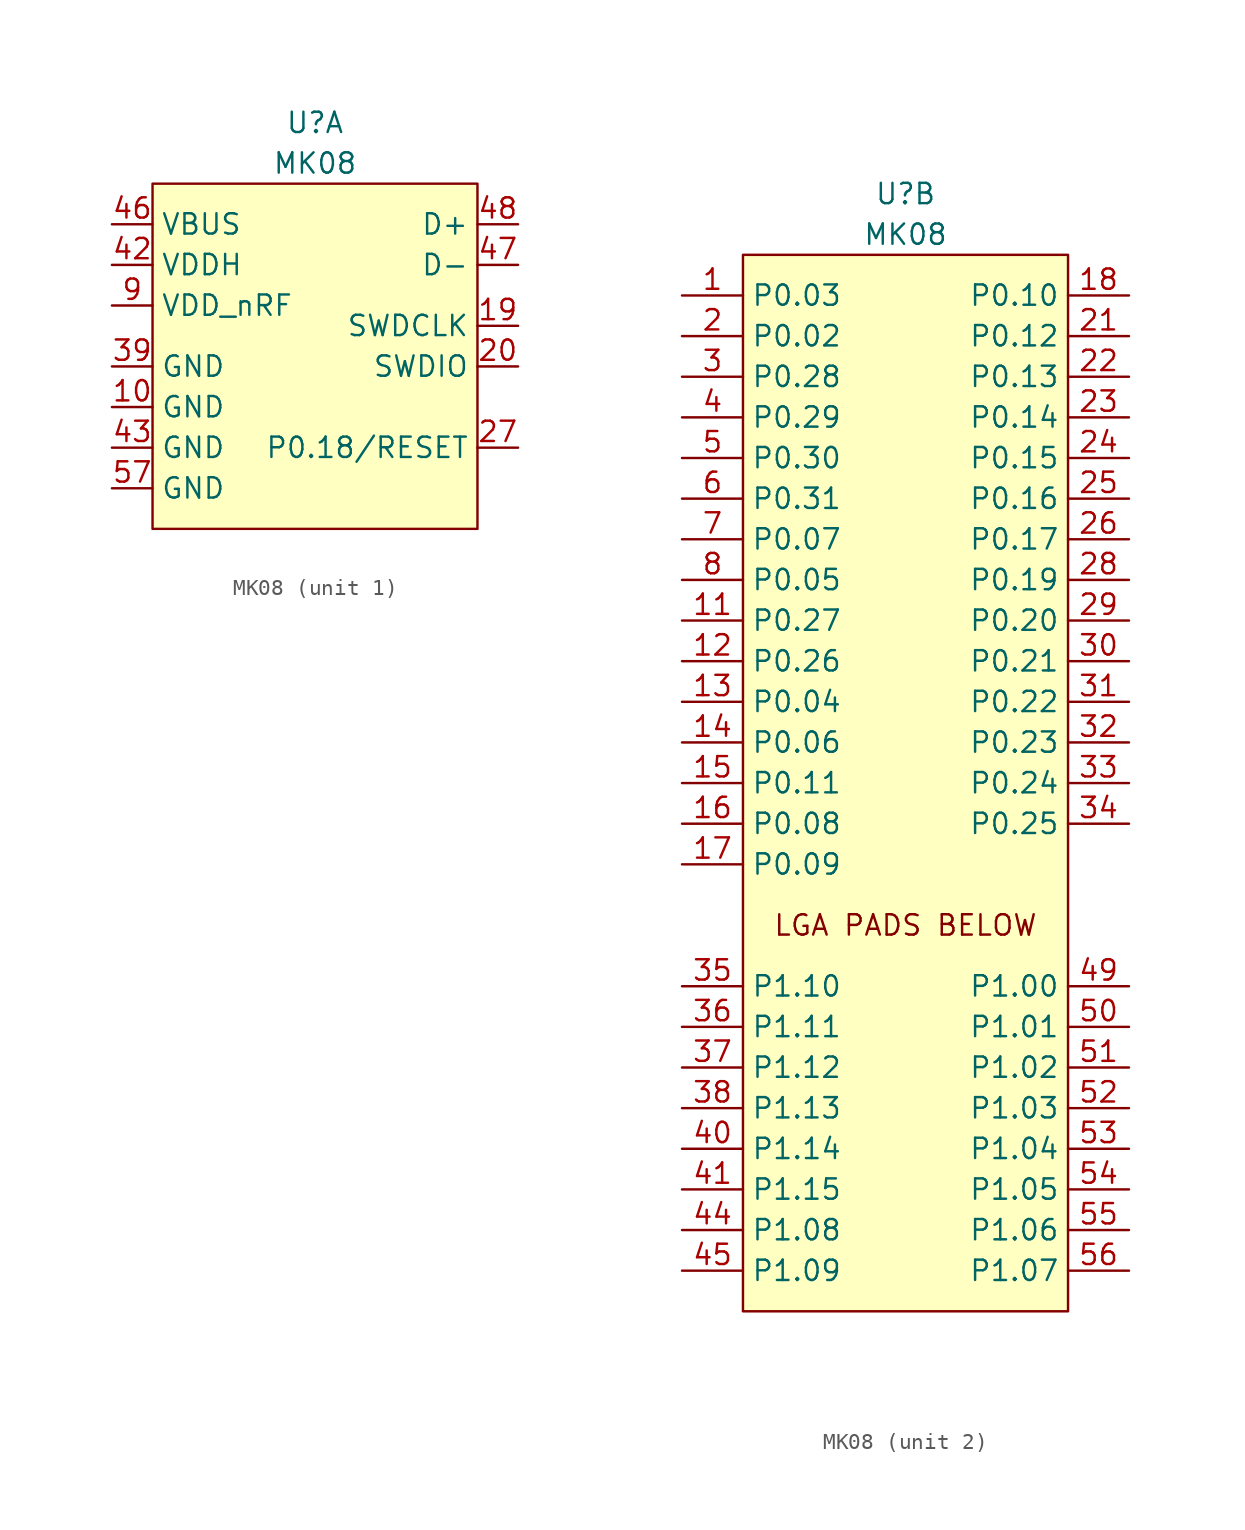
<source format=kicad_sym>
(kicad_symbol_lib
  (version 20211014)
  (generator kicad_symbol_editor)
  (symbol "MK08"
    (property "Reference" "U"
      (at 0 3.81 0)
      (effects (font (size 1.27 1.27))))
    (property "Value" "MK08"
      (at 0 1.27 0)
      (effects (font (size 1.27 1.27))))
    (property "ki_locked" ""
      (at 0 0 0)
      (effects (font (size 1.27 1.27))))
    (symbol "MK08_1_1"
      (rectangle (start -10.16 0) (end 10.16 -21.59) (stroke (width 0.152) (type default) (color 0 0 0 0)) (fill (type background)))
      (pin power_in line (at -12.7 -13.97 0) (length 2.54) (name "GND" (effects (font (size 1.27 1.27)))) (number "10" (effects (font (size 1.27 1.27)))))
      (pin output line (at 12.7 -8.89 180) (length 2.54) (name "SWDCLK" (effects (font (size 1.27 1.27)))) (number "19" (effects (font (size 1.27 1.27)))))
      (pin bidirectional line (at 12.7 -11.43 180) (length 2.54) (name "SWDIO" (effects (font (size 1.27 1.27)))) (number "20" (effects (font (size 1.27 1.27)))))
      (pin input line (at 12.7 -16.51 180) (length 2.54) (name "P0.18/RESET" (effects (font (size 1.27 1.27)))) (number "27" (effects (font (size 1.27 1.27)))))
      (pin power_in line (at -12.7 -11.43 0) (length 2.54) (name "GND" (effects (font (size 1.27 1.27)))) (number "39" (effects (font (size 1.27 1.27)))))
      (pin power_in line (at -12.7 -5.08 0) (length 2.54) (name "VDDH" (effects (font (size 1.27 1.27)))) (number "42" (effects (font (size 1.27 1.27)))))
      (pin power_in line (at -12.7 -16.51 0) (length 2.54) (name "GND" (effects (font (size 1.27 1.27)))) (number "43" (effects (font (size 1.27 1.27)))))
      (pin power_in line (at -12.7 -2.54 0) (length 2.54) (name "VBUS" (effects (font (size 1.27 1.27)))) (number "46" (effects (font (size 1.27 1.27)))))
      (pin bidirectional line (at 12.7 -5.08 180) (length 2.54) (name "D-" (effects (font (size 1.27 1.27)))) (number "47" (effects (font (size 1.27 1.27)))))
      (pin bidirectional line (at 12.7 -2.54 180) (length 2.54) (name "D+" (effects (font (size 1.27 1.27)))) (number "48" (effects (font (size 1.27 1.27)))))
      (pin power_in line (at -12.7 -19.05 0) (length 2.54) (name "GND" (effects (font (size 1.27 1.27)))) (number "57" (effects (font (size 1.27 1.27)))))
      (pin power_out line (at -12.7 -7.62 0) (length 2.54) (name "VDD_nRF" (effects (font (size 1.27 1.27)))) (number "9" (effects (font (size 1.27 1.27))))))
    (symbol "MK08_2_1"
      (rectangle (start -10.16 0) (end 10.16 -66.04) (stroke (width 0.152) (type default) (color 0 0 0 0)) (fill (type background)))
      (text "LGA PADS BELOW" (at 0 -41.91 0) (effects (font (size 1.27 1.27))))
      (pin bidirectional line (at -13.97 -2.54 0) (length 3.81) (name "P0.03" (effects (font (size 1.27 1.27)))) (number "1" (effects (font (size 1.27 1.27)))))
      (pin bidirectional line (at -13.97 -22.86 0) (length 3.81) (name "P0.27" (effects (font (size 1.27 1.27)))) (number "11" (effects (font (size 1.27 1.27)))))
      (pin bidirectional line (at -13.97 -25.4 0) (length 3.81) (name "P0.26" (effects (font (size 1.27 1.27)))) (number "12" (effects (font (size 1.27 1.27)))))
      (pin bidirectional line (at -13.97 -27.94 0) (length 3.81) (name "P0.04" (effects (font (size 1.27 1.27)))) (number "13" (effects (font (size 1.27 1.27)))))
      (pin bidirectional line (at -13.97 -30.48 0) (length 3.81) (name "P0.06" (effects (font (size 1.27 1.27)))) (number "14" (effects (font (size 1.27 1.27)))))
      (pin bidirectional line (at -13.97 -33.02 0) (length 3.81) (name "P0.11" (effects (font (size 1.27 1.27)))) (number "15" (effects (font (size 1.27 1.27)))))
      (pin bidirectional line (at -13.97 -35.56 0) (length 3.81) (name "P0.08" (effects (font (size 1.27 1.27)))) (number "16" (effects (font (size 1.27 1.27)))))
      (pin bidirectional line (at -13.97 -38.1 0) (length 3.81) (name "P0.09" (effects (font (size 1.27 1.27)))) (number "17" (effects (font (size 1.27 1.27)))))
      (pin bidirectional line (at 13.97 -2.54 180) (length 3.81) (name "P0.10" (effects (font (size 1.27 1.27)))) (number "18" (effects (font (size 1.27 1.27)))))
      (pin bidirectional line (at -13.97 -5.08 0) (length 3.81) (name "P0.02" (effects (font (size 1.27 1.27)))) (number "2" (effects (font (size 1.27 1.27)))))
      (pin bidirectional line (at 13.97 -5.08 180) (length 3.81) (name "P0.12" (effects (font (size 1.27 1.27)))) (number "21" (effects (font (size 1.27 1.27)))))
      (pin bidirectional line (at 13.97 -7.62 180) (length 3.81) (name "P0.13" (effects (font (size 1.27 1.27)))) (number "22" (effects (font (size 1.27 1.27)))))
      (pin bidirectional line (at 13.97 -10.16 180) (length 3.81) (name "P0.14" (effects (font (size 1.27 1.27)))) (number "23" (effects (font (size 1.27 1.27)))))
      (pin bidirectional line (at 13.97 -12.7 180) (length 3.81) (name "P0.15" (effects (font (size 1.27 1.27)))) (number "24" (effects (font (size 1.27 1.27)))))
      (pin bidirectional line (at 13.97 -15.24 180) (length 3.81) (name "P0.16" (effects (font (size 1.27 1.27)))) (number "25" (effects (font (size 1.27 1.27)))))
      (pin bidirectional line (at 13.97 -17.78 180) (length 3.81) (name "P0.17" (effects (font (size 1.27 1.27)))) (number "26" (effects (font (size 1.27 1.27)))))
      (pin bidirectional line (at 13.97 -20.32 180) (length 3.81) (name "P0.19" (effects (font (size 1.27 1.27)))) (number "28" (effects (font (size 1.27 1.27)))))
      (pin bidirectional line (at 13.97 -22.86 180) (length 3.81) (name "P0.20" (effects (font (size 1.27 1.27)))) (number "29" (effects (font (size 1.27 1.27)))))
      (pin bidirectional line (at -13.97 -7.62 0) (length 3.81) (name "P0.28" (effects (font (size 1.27 1.27)))) (number "3" (effects (font (size 1.27 1.27)))))
      (pin bidirectional line (at 13.97 -25.4 180) (length 3.81) (name "P0.21" (effects (font (size 1.27 1.27)))) (number "30" (effects (font (size 1.27 1.27)))))
      (pin bidirectional line (at 13.97 -27.94 180) (length 3.81) (name "P0.22" (effects (font (size 1.27 1.27)))) (number "31" (effects (font (size 1.27 1.27)))))
      (pin bidirectional line (at 13.97 -30.48 180) (length 3.81) (name "P0.23" (effects (font (size 1.27 1.27)))) (number "32" (effects (font (size 1.27 1.27)))))
      (pin bidirectional line (at 13.97 -33.02 180) (length 3.81) (name "P0.24" (effects (font (size 1.27 1.27)))) (number "33" (effects (font (size 1.27 1.27)))))
      (pin bidirectional line (at 13.97 -35.56 180) (length 3.81) (name "P0.25" (effects (font (size 1.27 1.27)))) (number "34" (effects (font (size 1.27 1.27)))))
      (pin bidirectional line (at -13.97 -45.72 0) (length 3.81) (name "P1.10" (effects (font (size 1.27 1.27)))) (number "35" (effects (font (size 1.27 1.27)))))
      (pin bidirectional line (at -13.97 -48.26 0) (length 3.81) (name "P1.11" (effects (font (size 1.27 1.27)))) (number "36" (effects (font (size 1.27 1.27)))))
      (pin bidirectional line (at -13.97 -50.8 0) (length 3.81) (name "P1.12" (effects (font (size 1.27 1.27)))) (number "37" (effects (font (size 1.27 1.27)))))
      (pin bidirectional line (at -13.97 -53.34 0) (length 3.81) (name "P1.13" (effects (font (size 1.27 1.27)))) (number "38" (effects (font (size 1.27 1.27)))))
      (pin bidirectional line (at -13.97 -10.16 0) (length 3.81) (name "P0.29" (effects (font (size 1.27 1.27)))) (number "4" (effects (font (size 1.27 1.27)))))
      (pin bidirectional line (at -13.97 -55.88 0) (length 3.81) (name "P1.14" (effects (font (size 1.27 1.27)))) (number "40" (effects (font (size 1.27 1.27)))))
      (pin bidirectional line (at -13.97 -58.42 0) (length 3.81) (name "P1.15" (effects (font (size 1.27 1.27)))) (number "41" (effects (font (size 1.27 1.27)))))
      (pin bidirectional line (at -13.97 -60.96 0) (length 3.81) (name "P1.08" (effects (font (size 1.27 1.27)))) (number "44" (effects (font (size 1.27 1.27)))))
      (pin bidirectional line (at -13.97 -63.5 0) (length 3.81) (name "P1.09" (effects (font (size 1.27 1.27)))) (number "45" (effects (font (size 1.27 1.27)))))
      (pin bidirectional line (at 13.97 -45.72 180) (length 3.81) (name "P1.00" (effects (font (size 1.27 1.27)))) (number "49" (effects (font (size 1.27 1.27)))))
      (pin bidirectional line (at -13.97 -12.7 0) (length 3.81) (name "P0.30" (effects (font (size 1.27 1.27)))) (number "5" (effects (font (size 1.27 1.27)))))
      (pin bidirectional line (at 13.97 -48.26 180) (length 3.81) (name "P1.01" (effects (font (size 1.27 1.27)))) (number "50" (effects (font (size 1.27 1.27)))))
      (pin bidirectional line (at 13.97 -50.8 180) (length 3.81) (name "P1.02" (effects (font (size 1.27 1.27)))) (number "51" (effects (font (size 1.27 1.27)))))
      (pin bidirectional line (at 13.97 -53.34 180) (length 3.81) (name "P1.03" (effects (font (size 1.27 1.27)))) (number "52" (effects (font (size 1.27 1.27)))))
      (pin bidirectional line (at 13.97 -55.88 180) (length 3.81) (name "P1.04" (effects (font (size 1.27 1.27)))) (number "53" (effects (font (size 1.27 1.27)))))
      (pin bidirectional line (at 13.97 -58.42 180) (length 3.81) (name "P1.05" (effects (font (size 1.27 1.27)))) (number "54" (effects (font (size 1.27 1.27)))))
      (pin bidirectional line (at 13.97 -60.96 180) (length 3.81) (name "P1.06" (effects (font (size 1.27 1.27)))) (number "55" (effects (font (size 1.27 1.27)))))
      (pin bidirectional line (at 13.97 -63.5 180) (length 3.81) (name "P1.07" (effects (font (size 1.27 1.27)))) (number "56" (effects (font (size 1.27 1.27)))))
      (pin bidirectional line (at -13.97 -15.24 0) (length 3.81) (name "P0.31" (effects (font (size 1.27 1.27)))) (number "6" (effects (font (size 1.27 1.27)))))
      (pin bidirectional line (at -13.97 -17.78 0) (length 3.81) (name "P0.07" (effects (font (size 1.27 1.27)))) (number "7" (effects (font (size 1.27 1.27)))))
      (pin bidirectional line (at -13.97 -20.32 0) (length 3.81) (name "P0.05" (effects (font (size 1.27 1.27)))) (number "8" (effects (font (size 1.27 1.27))))))))
</source>
